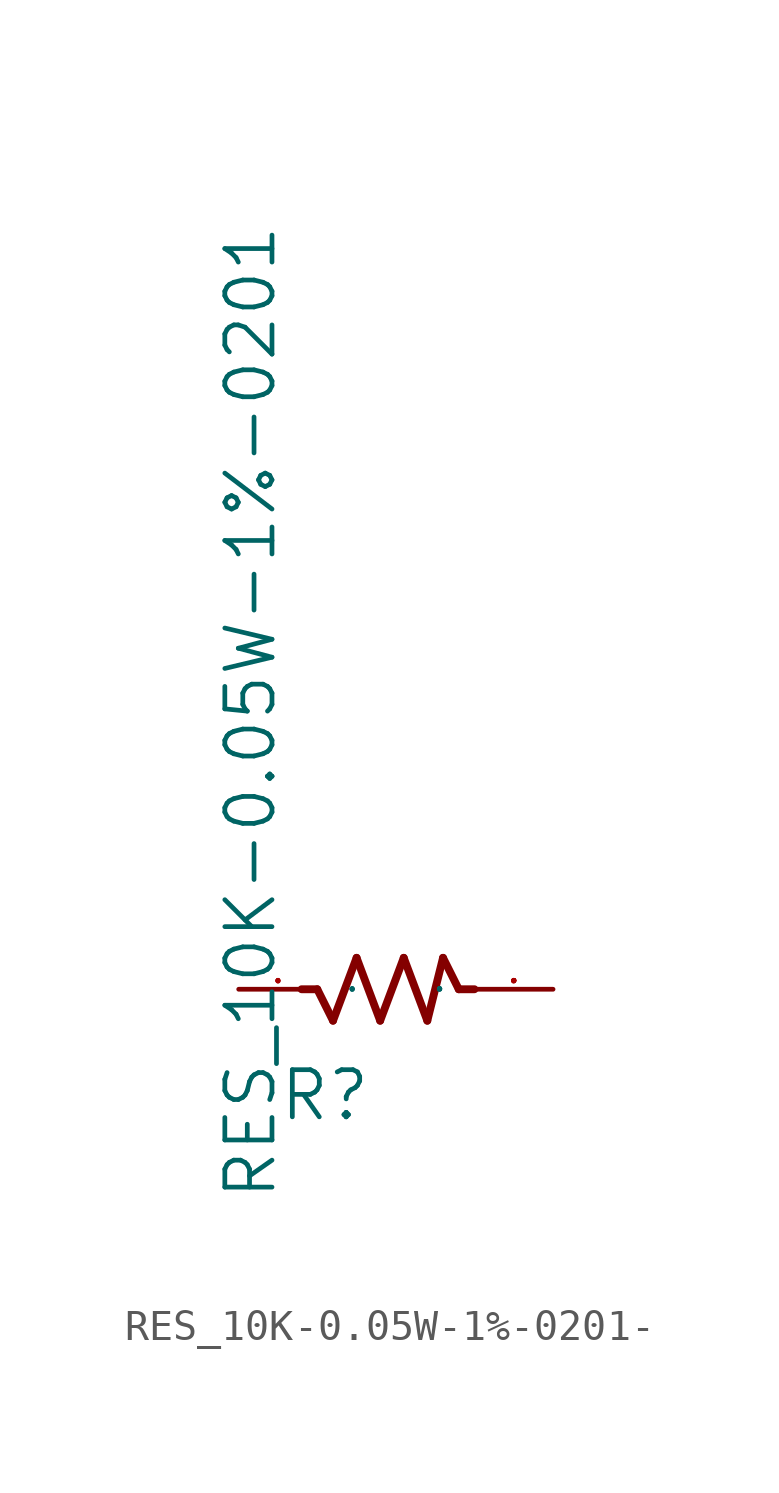
<source format=kicad_sym>
(kicad_symbol_lib
  (version 20220914)
  (generator kicad_symbol_editor)
  (symbol "RES_10K-0.05W-1%-0201-"
    (pin_names
      (offset 1.016))
    (property "Reference" "R"
      (at 1.27 -4.318 0)
      (effects (font (size 1.524 1.524)) (justify left bottom)))
    (property "Value" "RES_10K-0.05W-1%-0201"
      (at 1.27 -6.858 90)
      (effects (font (size 1.524 1.524)) (justify left bottom)))
    (property "Footprint" ""
      (at 0 0 0)
      (effects (font (size 1.524 1.524))))
    (property "Datasheet" ""
      (at 0 0 0)
      (effects (font (size 1.524 1.524))))
    (symbol "RES_10K-0.05W-1%-0201-_0_1"
      (polyline (pts (xy 2.032 0) (xy 2.54 0)) (stroke (width 0.254) (type solid)) (fill (type none)))
      (polyline (pts (xy 3.048 -1.016) (xy 2.54 0)) (stroke (width 0.254) (type solid)) (fill (type none)))
      (polyline (pts (xy 3.048 -1.016) (xy 3.81 1.016)) (stroke (width 0.254) (type solid)) (fill (type none)))
      (polyline (pts (xy 4.572 -1.016) (xy 3.81 1.016)) (stroke (width 0.254) (type solid)) (fill (type none)))
      (polyline (pts (xy 4.572 -1.016) (xy 5.334 1.016)) (stroke (width 0.254) (type solid)) (fill (type none)))
      (polyline (pts (xy 5.334 1.016) (xy 6.096 -1.016)) (stroke (width 0.254) (type solid)) (fill (type none)))
      (polyline (pts (xy 6.604 1.016) (xy 6.096 -1.016)) (stroke (width 0.254) (type solid)) (fill (type none)))
      (polyline (pts (xy 6.604 1.016) (xy 7.112 0)) (stroke (width 0.254) (type solid)) (fill (type none)))
      (polyline (pts (xy 7.62 0) (xy 7.112 0)) (stroke (width 0.254) (type solid)) (fill (type none)))
      (pin passive line (at 0 0 0) (length 2.54) (name "1" (effects (font (size 0.025 0.025)))) (number "1" (effects (font (size 0.025 0.025)))))
      (pin passive line (at 10.16 0 180) (length 2.54) (name "2" (effects (font (size 0.025 0.025)))) (number "2" (effects (font (size 0.025 0.025))))))))
</source>
